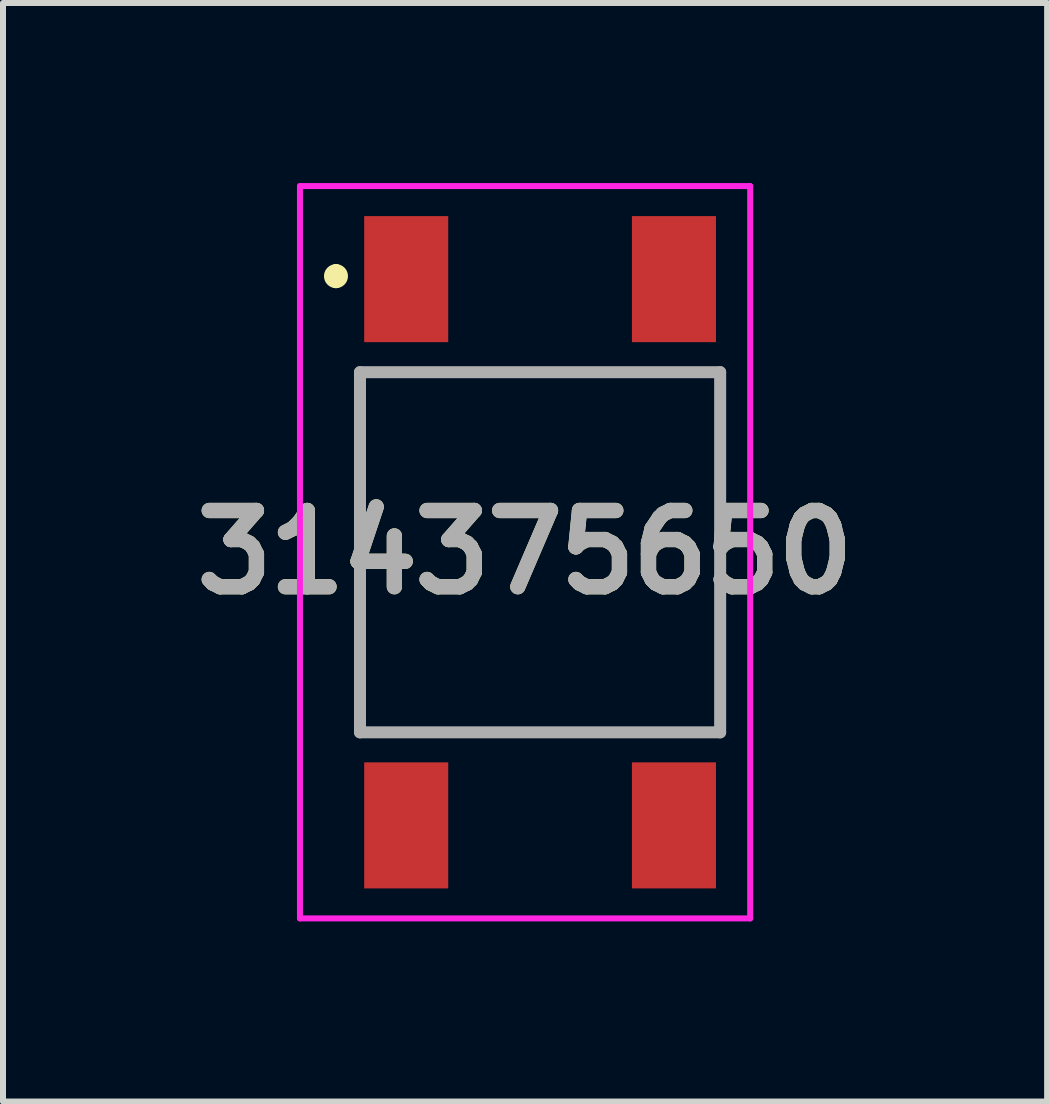
<source format=kicad_pcb>
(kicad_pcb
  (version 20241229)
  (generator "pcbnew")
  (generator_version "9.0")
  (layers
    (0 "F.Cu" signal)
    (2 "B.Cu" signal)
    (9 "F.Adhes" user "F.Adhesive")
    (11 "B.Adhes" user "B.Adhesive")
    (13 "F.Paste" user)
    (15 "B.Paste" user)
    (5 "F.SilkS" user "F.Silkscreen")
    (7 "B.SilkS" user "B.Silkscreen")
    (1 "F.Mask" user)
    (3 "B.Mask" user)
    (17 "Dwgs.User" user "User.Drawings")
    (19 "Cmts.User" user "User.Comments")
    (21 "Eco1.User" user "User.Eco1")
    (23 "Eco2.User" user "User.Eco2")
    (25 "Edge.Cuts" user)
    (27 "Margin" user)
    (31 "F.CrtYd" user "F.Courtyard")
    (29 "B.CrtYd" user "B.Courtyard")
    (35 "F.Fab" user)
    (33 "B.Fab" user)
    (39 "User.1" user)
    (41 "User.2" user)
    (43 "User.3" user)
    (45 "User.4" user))
  (footprint "314375650"
    (layer "F.Cu")
    (at 5.947 6.15)
    (property "Reference" "314375650" (at -0.25 0 0) (layer "F.SilkS") (effects (font (size 1.27 1.27) (thickness 0.254))))
    (attr smd)
    (fp_line (start -3.4 -4.7) (end -3.4 -4.7) (stroke (width 0.2) (type solid)) (layer "F.SilkS"))
    (fp_line (start -3.4 -4.5) (end -3.4 -4.5) (stroke (width 0.2) (type solid)) (layer "F.SilkS"))
    (fp_line (start -3 -3) (end -3 3) (stroke (width 0.1) (type solid)) (layer "F.SilkS"))
    (fp_line (start -3 3) (end 3 3) (stroke (width 0.1) (type solid)) (layer "F.SilkS"))
    (fp_line (start 3 -3) (end -3 -3) (stroke (width 0.1) (type solid)) (layer "F.SilkS"))
    (fp_line (start 3 3) (end 3 -3) (stroke (width 0.1) (type solid)) (layer "F.SilkS"))
    (fp_arc (start -3.4 -4.7) (mid -3.3 -4.6) (end -3.4 -4.5) (stroke (width 0.2) (type solid)) (layer "F.SilkS"))
    (fp_arc (start -3.4 -4.5) (mid -3.5 -4.6) (end -3.4 -4.7) (stroke (width 0.2) (type solid)) (layer "F.SilkS"))
    (fp_line (start -4 -6.1) (end -4 6.1) (stroke (width 0.1) (type solid)) (layer "F.CrtYd"))
    (fp_line (start -4 6.1) (end 3.5 6.1) (stroke (width 0.1) (type solid)) (layer "F.CrtYd"))
    (fp_line (start 3.5 -6.1) (end -4 -6.1) (stroke (width 0.1) (type solid)) (layer "F.CrtYd"))
    (fp_line (start 3.5 6.1) (end 3.5 -6.1) (stroke (width 0.1) (type solid)) (layer "F.CrtYd"))
    (fp_line (start -3 -3) (end -3 3) (stroke (width 0.2) (type solid)) (layer "F.Fab"))
    (fp_line (start -3 3) (end 3 3) (stroke (width 0.2) (type solid)) (layer "F.Fab"))
    (fp_line (start 3 -3) (end -3 -3) (stroke (width 0.2) (type solid)) (layer "F.Fab"))
    (fp_line (start 3 3) (end 3 -3) (stroke (width 0.2) (type solid)) (layer "F.Fab"))
    (fp_text user "${REFERENCE}" (at -0.25 0 0) (layer "F.Fab") (effects (font (size 1.27 1.27) (thickness 0.254))))
    (pad "1" smd rect (at -2.23 -4.55) (size 1.4 2.1) (layers "F.Cu" "F.Mask" "F.Paste"))
    (pad "2" smd rect (at -2.23 4.55) (size 1.4 2.1) (layers "F.Cu" "F.Mask" "F.Paste"))
    (pad "3" smd rect (at 2.23 -4.55) (size 1.4 2.1) (layers "F.Cu" "F.Mask" "F.Paste"))
    (pad "4" smd rect (at 2.23 4.55) (size 1.4 2.1) (layers "F.Cu" "F.Mask" "F.Paste")))
  (gr_rect
    (start -3 -3)
    (end 14.394 15.3)
    (stroke (width 0.1) (type default))
    (fill no)
    (layer "Edge.Cuts")))
</source>
